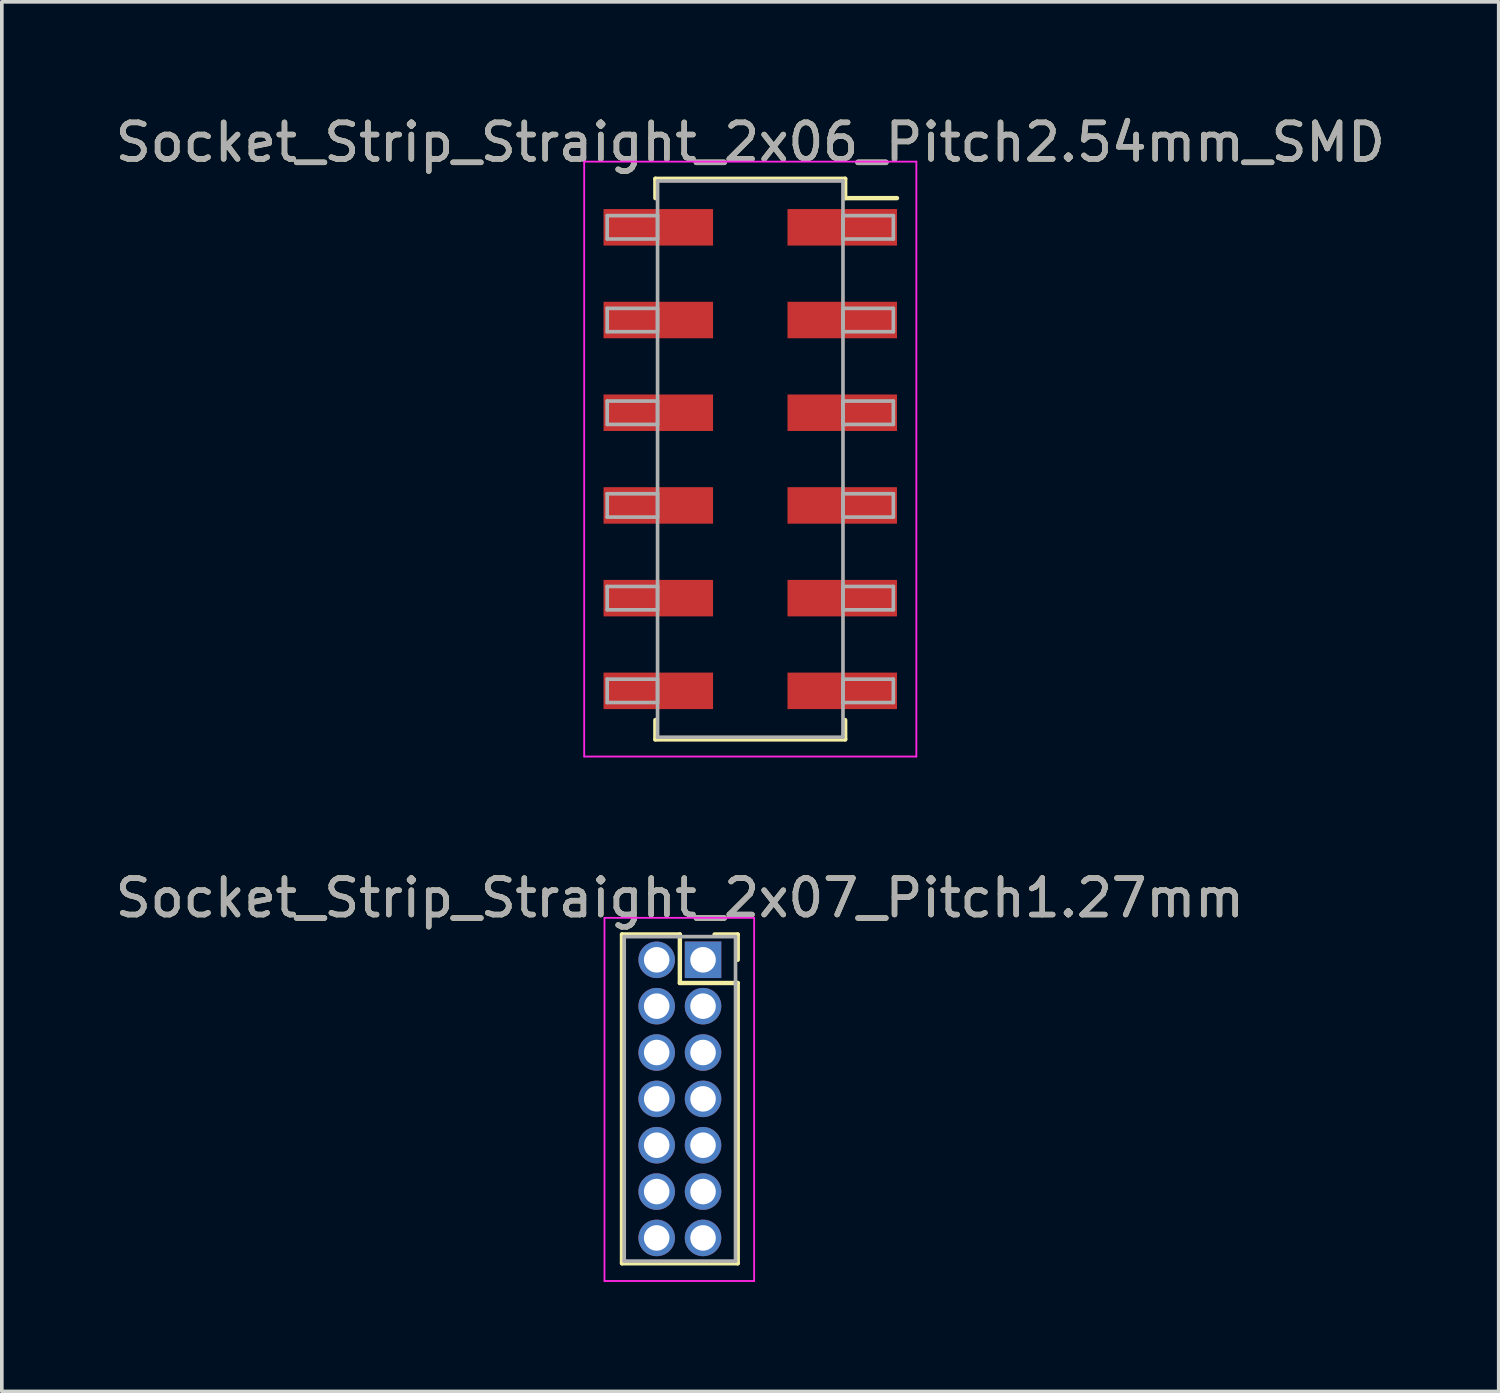
<source format=kicad_pcb>
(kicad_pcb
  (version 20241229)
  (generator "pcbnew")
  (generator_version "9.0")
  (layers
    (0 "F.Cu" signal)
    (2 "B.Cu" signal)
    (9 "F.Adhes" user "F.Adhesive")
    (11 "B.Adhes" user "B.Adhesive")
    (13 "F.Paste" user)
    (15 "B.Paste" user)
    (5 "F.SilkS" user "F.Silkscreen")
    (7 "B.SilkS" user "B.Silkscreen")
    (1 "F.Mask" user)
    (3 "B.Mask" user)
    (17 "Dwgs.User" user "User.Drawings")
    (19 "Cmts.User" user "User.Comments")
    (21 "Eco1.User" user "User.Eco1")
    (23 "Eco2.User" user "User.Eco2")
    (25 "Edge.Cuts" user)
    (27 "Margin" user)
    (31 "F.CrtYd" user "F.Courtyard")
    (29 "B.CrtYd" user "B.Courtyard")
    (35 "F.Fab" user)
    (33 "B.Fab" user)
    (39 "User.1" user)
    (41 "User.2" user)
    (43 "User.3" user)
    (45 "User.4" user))
  (footprint "Socket_Strip_Straight_2x07_Pitch1.27mm"
    (layer "F.Cu")
    (at 16.212 23.247)
    (property "Reference" "Socket_Strip_Straight_2x07_Pitch1.27mm" (at -0.635 -1.695 0) (layer "F.SilkS") (effects (font (size 1 1) (thickness 0.15))))
    (attr through_hole)
    (fp_line (start -2.22 -0.695) (end -0.635 -0.695) (stroke (width 0.12) (type solid)) (layer "F.SilkS"))
    (fp_line (start -2.22 8.315) (end -2.22 -0.695) (stroke (width 0.12) (type solid)) (layer "F.SilkS"))
    (fp_line (start -0.635 -0.695) (end -0.635 0.635) (stroke (width 0.12) (type solid)) (layer "F.SilkS"))
    (fp_line (start -0.635 0.635) (end 0.95 0.635) (stroke (width 0.12) (type solid)) (layer "F.SilkS"))
    (fp_line (start 0.95 -0.695) (end 0.315 -0.695) (stroke (width 0.12) (type solid)) (layer "F.SilkS"))
    (fp_line (start 0.95 0) (end 0.95 -0.695) (stroke (width 0.12) (type solid)) (layer "F.SilkS"))
    (fp_line (start 0.95 0.635) (end 0.95 8.315) (stroke (width 0.12) (type solid)) (layer "F.SilkS"))
    (fp_line (start 0.95 8.315) (end -2.22 8.315) (stroke (width 0.12) (type solid)) (layer "F.SilkS"))
    (fp_line (start -2.7 -1.15) (end -2.7 8.8) (stroke (width 0.05) (type solid)) (layer "F.CrtYd"))
    (fp_line (start -2.7 8.8) (end 1.4 8.8) (stroke (width 0.05) (type solid)) (layer "F.CrtYd"))
    (fp_line (start 1.4 -1.15) (end -2.7 -1.15) (stroke (width 0.05) (type solid)) (layer "F.CrtYd"))
    (fp_line (start 1.4 8.8) (end 1.4 -1.15) (stroke (width 0.05) (type solid)) (layer "F.CrtYd"))
    (fp_line (start -2.16 -0.635) (end -2.16 8.255) (stroke (width 0.1) (type solid)) (layer "F.Fab"))
    (fp_line (start -2.16 8.255) (end 0.89 8.255) (stroke (width 0.1) (type solid)) (layer "F.Fab"))
    (fp_line (start 0.89 -0.635) (end -2.16 -0.635) (stroke (width 0.1) (type solid)) (layer "F.Fab"))
    (fp_line (start 0.89 8.255) (end 0.89 -0.635) (stroke (width 0.1) (type solid)) (layer "F.Fab"))
    (fp_text user "${REFERENCE}" (at -0.635 -1.695 0) (layer "F.Fab") (effects (font (size 1 1) (thickness 0.15))))
    (pad "1" thru_hole rect (at 0 0) (size 1 1) (drill 0.7) (layers "*.Cu" "*.Mask"))
    (pad "2" thru_hole oval (at -1.27 0) (size 1 1) (drill 0.7) (layers "*.Cu" "*.Mask"))
    (pad "3" thru_hole oval (at 0 1.27) (size 1 1) (drill 0.7) (layers "*.Cu" "*.Mask"))
    (pad "4" thru_hole oval (at -1.27 1.27) (size 1 1) (drill 0.7) (layers "*.Cu" "*.Mask"))
    (pad "5" thru_hole oval (at 0 2.54) (size 1 1) (drill 0.7) (layers "*.Cu" "*.Mask"))
    (pad "6" thru_hole oval (at -1.27 2.54) (size 1 1) (drill 0.7) (layers "*.Cu" "*.Mask"))
    (pad "7" thru_hole oval (at 0 3.81) (size 1 1) (drill 0.7) (layers "*.Cu" "*.Mask"))
    (pad "8" thru_hole oval (at -1.27 3.81) (size 1 1) (drill 0.7) (layers "*.Cu" "*.Mask"))
    (pad "9" thru_hole oval (at 0 5.08) (size 1 1) (drill 0.7) (layers "*.Cu" "*.Mask"))
    (pad "10" thru_hole oval (at -1.27 5.08) (size 1 1) (drill 0.7) (layers "*.Cu" "*.Mask"))
    (pad "11" thru_hole oval (at 0 6.35) (size 1 1) (drill 0.7) (layers "*.Cu" "*.Mask"))
    (pad "12" thru_hole oval (at -1.27 6.35) (size 1 1) (drill 0.7) (layers "*.Cu" "*.Mask"))
    (pad "13" thru_hole oval (at 0 7.62) (size 1 1) (drill 0.7) (layers "*.Cu" "*.Mask"))
    (pad "14" thru_hole oval (at -1.27 7.62) (size 1 1) (drill 0.7) (layers "*.Cu" "*.Mask")))
  (footprint "Socket_Strip_Straight_2x06_Pitch2.54mm_SMD"
    (layer "F.Cu")
    (at 17.506 9.528)
    (property "Reference" "Socket_Strip_Straight_2x06_Pitch2.54mm_SMD" (at 0 -8.68 0) (layer "F.SilkS") (effects (font (size 1 1) (thickness 0.15))))
    (attr smd)
    (fp_line (start -2.6 -7.68) (end 2.6 -7.68) (stroke (width 0.12) (type solid)) (layer "F.SilkS"))
    (fp_line (start -2.6 -7.15) (end -2.6 -7.68) (stroke (width 0.12) (type solid)) (layer "F.SilkS"))
    (fp_line (start -2.6 7.15) (end -2.6 7.68) (stroke (width 0.12) (type solid)) (layer "F.SilkS"))
    (fp_line (start -2.6 7.68) (end 2.6 7.68) (stroke (width 0.12) (type solid)) (layer "F.SilkS"))
    (fp_line (start 2.6 -7.68) (end 2.6 -7.15) (stroke (width 0.12) (type solid)) (layer "F.SilkS"))
    (fp_line (start 2.6 7.68) (end 2.6 7.15) (stroke (width 0.12) (type solid)) (layer "F.SilkS"))
    (fp_line (start 4.02 -7.15) (end 2.6 -7.15) (stroke (width 0.12) (type solid)) (layer "F.SilkS"))
    (fp_line (start -4.55 -8.15) (end -4.55 8.15) (stroke (width 0.05) (type solid)) (layer "F.CrtYd"))
    (fp_line (start -4.55 8.15) (end 4.55 8.15) (stroke (width 0.05) (type solid)) (layer "F.CrtYd"))
    (fp_line (start 4.55 -8.15) (end -4.55 -8.15) (stroke (width 0.05) (type solid)) (layer "F.CrtYd"))
    (fp_line (start 4.55 8.15) (end 4.55 -8.15) (stroke (width 0.05) (type solid)) (layer "F.CrtYd"))
    (fp_line (start -3.92 -6.67) (end -2.54 -6.67) (stroke (width 0.1) (type solid)) (layer "F.Fab"))
    (fp_line (start -3.92 -6.03) (end -3.92 -6.67) (stroke (width 0.1) (type solid)) (layer "F.Fab"))
    (fp_line (start -3.92 -4.13) (end -2.54 -4.13) (stroke (width 0.1) (type solid)) (layer "F.Fab"))
    (fp_line (start -3.92 -3.49) (end -3.92 -4.13) (stroke (width 0.1) (type solid)) (layer "F.Fab"))
    (fp_line (start -3.92 -1.59) (end -2.54 -1.59) (stroke (width 0.1) (type solid)) (layer "F.Fab"))
    (fp_line (start -3.92 -0.95) (end -3.92 -1.59) (stroke (width 0.1) (type solid)) (layer "F.Fab"))
    (fp_line (start -3.92 0.95) (end -2.54 0.95) (stroke (width 0.1) (type solid)) (layer "F.Fab"))
    (fp_line (start -3.92 1.59) (end -3.92 0.95) (stroke (width 0.1) (type solid)) (layer "F.Fab"))
    (fp_line (start -3.92 3.49) (end -2.54 3.49) (stroke (width 0.1) (type solid)) (layer "F.Fab"))
    (fp_line (start -3.92 4.13) (end -3.92 3.49) (stroke (width 0.1) (type solid)) (layer "F.Fab"))
    (fp_line (start -3.92 6.03) (end -2.54 6.03) (stroke (width 0.1) (type solid)) (layer "F.Fab"))
    (fp_line (start -3.92 6.67) (end -3.92 6.03) (stroke (width 0.1) (type solid)) (layer "F.Fab"))
    (fp_line (start -2.54 -7.62) (end -2.54 7.62) (stroke (width 0.1) (type solid)) (layer "F.Fab"))
    (fp_line (start -2.54 -6.67) (end -2.54 -6.03) (stroke (width 0.1) (type solid)) (layer "F.Fab"))
    (fp_line (start -2.54 -6.03) (end -3.92 -6.03) (stroke (width 0.1) (type solid)) (layer "F.Fab"))
    (fp_line (start -2.54 -4.13) (end -2.54 -3.49) (stroke (width 0.1) (type solid)) (layer "F.Fab"))
    (fp_line (start -2.54 -3.49) (end -3.92 -3.49) (stroke (width 0.1) (type solid)) (layer "F.Fab"))
    (fp_line (start -2.54 -1.59) (end -2.54 -0.95) (stroke (width 0.1) (type solid)) (layer "F.Fab"))
    (fp_line (start -2.54 -0.95) (end -3.92 -0.95) (stroke (width 0.1) (type solid)) (layer "F.Fab"))
    (fp_line (start -2.54 0.95) (end -2.54 1.59) (stroke (width 0.1) (type solid)) (layer "F.Fab"))
    (fp_line (start -2.54 1.59) (end -3.92 1.59) (stroke (width 0.1) (type solid)) (layer "F.Fab"))
    (fp_line (start -2.54 3.49) (end -2.54 4.13) (stroke (width 0.1) (type solid)) (layer "F.Fab"))
    (fp_line (start -2.54 4.13) (end -3.92 4.13) (stroke (width 0.1) (type solid)) (layer "F.Fab"))
    (fp_line (start -2.54 6.03) (end -2.54 6.67) (stroke (width 0.1) (type solid)) (layer "F.Fab"))
    (fp_line (start -2.54 6.67) (end -3.92 6.67) (stroke (width 0.1) (type solid)) (layer "F.Fab"))
    (fp_line (start -2.54 7.62) (end 2.54 7.62) (stroke (width 0.1) (type solid)) (layer "F.Fab"))
    (fp_line (start 2.54 -7.62) (end -2.54 -7.62) (stroke (width 0.1) (type solid)) (layer "F.Fab"))
    (fp_line (start 2.54 -6.67) (end 2.54 -6.03) (stroke (width 0.1) (type solid)) (layer "F.Fab"))
    (fp_line (start 2.54 -6.03) (end 3.92 -6.03) (stroke (width 0.1) (type solid)) (layer "F.Fab"))
    (fp_line (start 2.54 -4.13) (end 2.54 -3.49) (stroke (width 0.1) (type solid)) (layer "F.Fab"))
    (fp_line (start 2.54 -3.49) (end 3.92 -3.49) (stroke (width 0.1) (type solid)) (layer "F.Fab"))
    (fp_line (start 2.54 -1.59) (end 2.54 -0.95) (stroke (width 0.1) (type solid)) (layer "F.Fab"))
    (fp_line (start 2.54 -0.95) (end 3.92 -0.95) (stroke (width 0.1) (type solid)) (layer "F.Fab"))
    (fp_line (start 2.54 0.95) (end 2.54 1.59) (stroke (width 0.1) (type solid)) (layer "F.Fab"))
    (fp_line (start 2.54 1.59) (end 3.92 1.59) (stroke (width 0.1) (type solid)) (layer "F.Fab"))
    (fp_line (start 2.54 3.49) (end 2.54 4.13) (stroke (width 0.1) (type solid)) (layer "F.Fab"))
    (fp_line (start 2.54 4.13) (end 3.92 4.13) (stroke (width 0.1) (type solid)) (layer "F.Fab"))
    (fp_line (start 2.54 6.03) (end 2.54 6.67) (stroke (width 0.1) (type solid)) (layer "F.Fab"))
    (fp_line (start 2.54 6.67) (end 3.92 6.67) (stroke (width 0.1) (type solid)) (layer "F.Fab"))
    (fp_line (start 2.54 7.62) (end 2.54 -7.62) (stroke (width 0.1) (type solid)) (layer "F.Fab"))
    (fp_line (start 3.92 -6.67) (end 2.54 -6.67) (stroke (width 0.1) (type solid)) (layer "F.Fab"))
    (fp_line (start 3.92 -6.03) (end 3.92 -6.67) (stroke (width 0.1) (type solid)) (layer "F.Fab"))
    (fp_line (start 3.92 -4.13) (end 2.54 -4.13) (stroke (width 0.1) (type solid)) (layer "F.Fab"))
    (fp_line (start 3.92 -3.49) (end 3.92 -4.13) (stroke (width 0.1) (type solid)) (layer "F.Fab"))
    (fp_line (start 3.92 -1.59) (end 2.54 -1.59) (stroke (width 0.1) (type solid)) (layer "F.Fab"))
    (fp_line (start 3.92 -0.95) (end 3.92 -1.59) (stroke (width 0.1) (type solid)) (layer "F.Fab"))
    (fp_line (start 3.92 0.95) (end 2.54 0.95) (stroke (width 0.1) (type solid)) (layer "F.Fab"))
    (fp_line (start 3.92 1.59) (end 3.92 0.95) (stroke (width 0.1) (type solid)) (layer "F.Fab"))
    (fp_line (start 3.92 3.49) (end 2.54 3.49) (stroke (width 0.1) (type solid)) (layer "F.Fab"))
    (fp_line (start 3.92 4.13) (end 3.92 3.49) (stroke (width 0.1) (type solid)) (layer "F.Fab"))
    (fp_line (start 3.92 6.03) (end 2.54 6.03) (stroke (width 0.1) (type solid)) (layer "F.Fab"))
    (fp_line (start 3.92 6.67) (end 3.92 6.03) (stroke (width 0.1) (type solid)) (layer "F.Fab"))
    (fp_text user "${REFERENCE}" (at 0 -8.68 0) (layer "F.Fab") (effects (font (size 1 1) (thickness 0.15))))
    (pad "1" smd rect (at 2.52 -6.35) (size 3 1) (layers "F.Cu" "F.Mask" "F.Paste"))
    (pad "2" smd rect (at -2.52 -6.35) (size 3 1) (layers "F.Cu" "F.Mask" "F.Paste"))
    (pad "3" smd rect (at 2.52 -3.81) (size 3 1) (layers "F.Cu" "F.Mask" "F.Paste"))
    (pad "4" smd rect (at -2.52 -3.81) (size 3 1) (layers "F.Cu" "F.Mask" "F.Paste"))
    (pad "5" smd rect (at 2.52 -1.27) (size 3 1) (layers "F.Cu" "F.Mask" "F.Paste"))
    (pad "6" smd rect (at -2.52 -1.27) (size 3 1) (layers "F.Cu" "F.Mask" "F.Paste"))
    (pad "7" smd rect (at 2.52 1.27) (size 3 1) (layers "F.Cu" "F.Mask" "F.Paste"))
    (pad "8" smd rect (at -2.52 1.27) (size 3 1) (layers "F.Cu" "F.Mask" "F.Paste"))
    (pad "9" smd rect (at 2.52 3.81) (size 3 1) (layers "F.Cu" "F.Mask" "F.Paste"))
    (pad "10" smd rect (at -2.52 3.81) (size 3 1) (layers "F.Cu" "F.Mask" "F.Paste"))
    (pad "11" smd rect (at 2.52 6.35) (size 3 1) (layers "F.Cu" "F.Mask" "F.Paste"))
    (pad "12" smd rect (at -2.52 6.35) (size 3 1) (layers "F.Cu" "F.Mask" "F.Paste")))
  (gr_rect
    (start -3 -3)
    (end 38.012 35.072)
    (stroke (width 0.1) (type default))
    (fill no)
    (layer "Edge.Cuts")))
</source>
